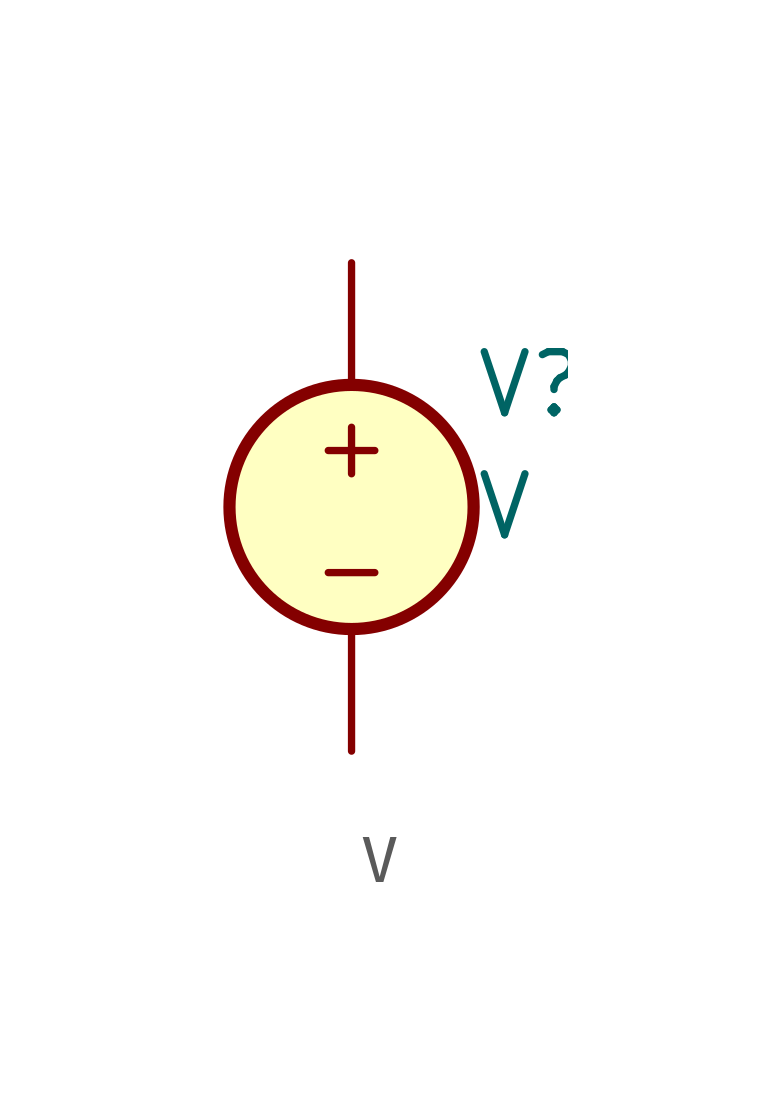
<source format=kicad_sym>
(kicad_symbol_lib
  (version 20211014)
  (generator kicad_symbol_editor)
  (symbol "V"
    (pin_numbers hide)
    (property "Reference" "V"
      (at 2.54 2.54 0)
      (effects (font (size 1.27 1.27)) (justify left)))
    (property "Value" "V"
      (at 2.54 0 0)
      (effects (font (size 1.27 1.27)) (justify left)))
    (symbol "V_0_0"
      (text "+" (at 0 1.27 0) (effects (font (size 1.27 1.27))))
      (text "-" (at 0 -1.27 0) (effects (font (size 1.27 1.27)))))
    (symbol "V_0_1"
      (circle (center 0 0) (radius 2.54) (stroke (width 0.254) (type default) (color 0 0 0 0)) (fill (type background))))
    (symbol "V_1_1"
      (pin passive line (at 0 5.08 270) (length 2.54) (name "~" (effects (font (size 1.27 1.27)))) (number "1" (effects (font (size 1.27 1.27)))))
      (pin passive line (at 0 -5.08 90) (length 2.54) (name "~" (effects (font (size 1.27 1.27)))) (number "2" (effects (font (size 1.27 1.27))))))))
</source>
